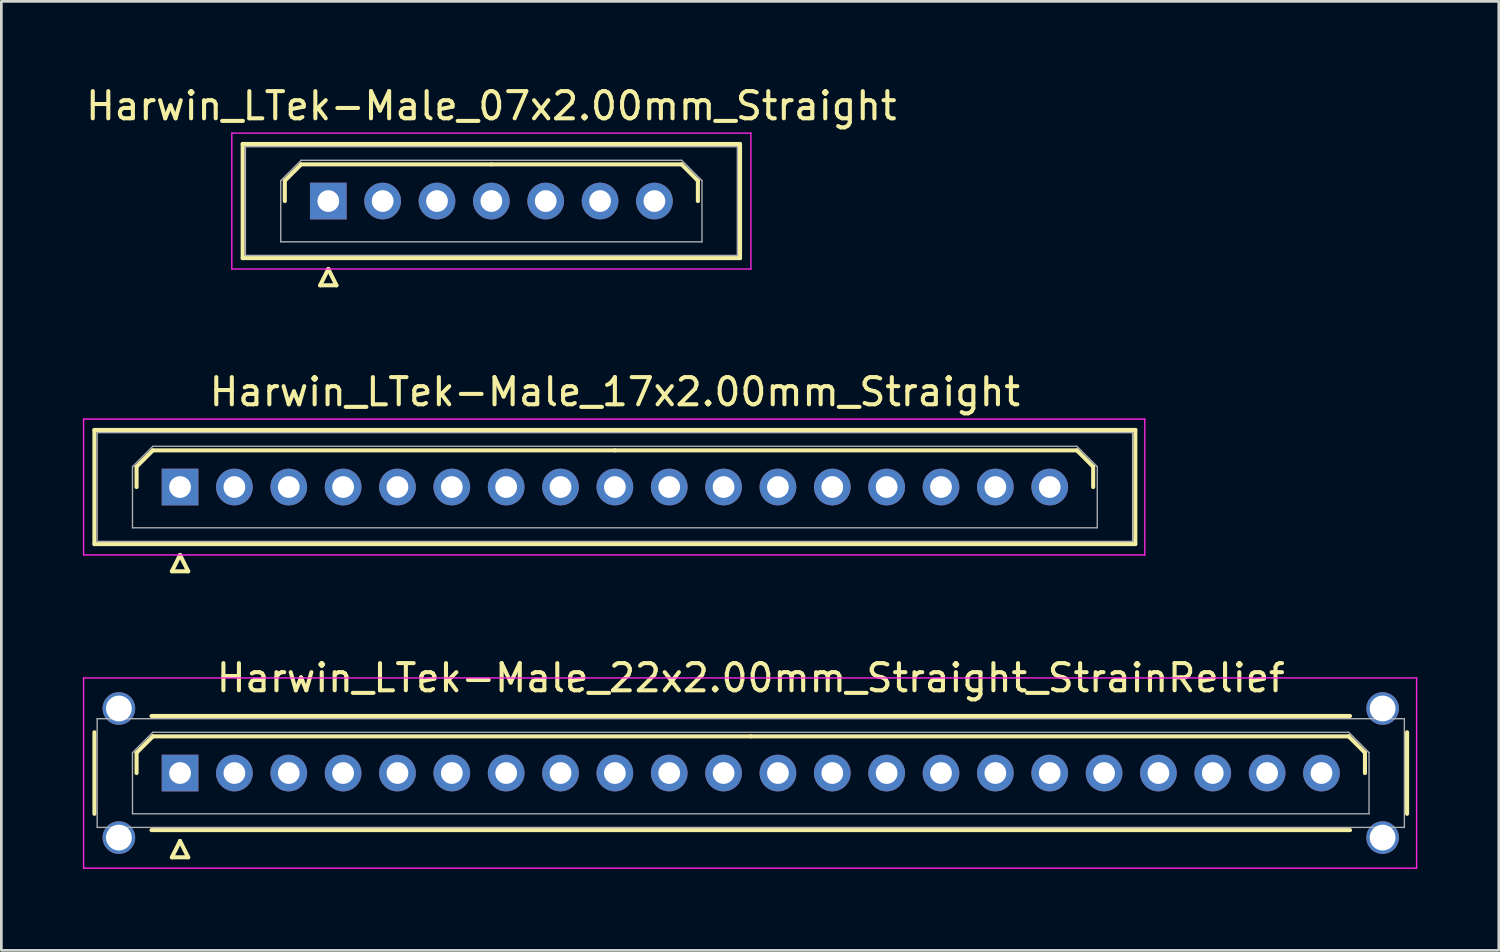
<source format=kicad_pcb>
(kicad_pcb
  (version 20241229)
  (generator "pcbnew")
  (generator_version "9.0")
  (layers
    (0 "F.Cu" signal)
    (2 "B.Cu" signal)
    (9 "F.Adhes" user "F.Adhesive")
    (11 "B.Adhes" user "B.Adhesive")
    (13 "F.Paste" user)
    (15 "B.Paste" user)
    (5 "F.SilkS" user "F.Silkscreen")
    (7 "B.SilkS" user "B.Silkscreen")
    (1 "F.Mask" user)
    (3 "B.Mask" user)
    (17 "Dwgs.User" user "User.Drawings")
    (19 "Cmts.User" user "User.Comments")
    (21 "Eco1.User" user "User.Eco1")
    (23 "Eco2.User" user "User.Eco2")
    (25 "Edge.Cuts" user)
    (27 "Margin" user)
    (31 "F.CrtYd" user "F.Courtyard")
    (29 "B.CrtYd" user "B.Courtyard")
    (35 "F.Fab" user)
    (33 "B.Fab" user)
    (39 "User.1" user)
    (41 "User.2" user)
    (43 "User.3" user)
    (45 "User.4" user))
  (footprint "Harwin_LTek-Male_07x2.00mm_Straight"
    (layer "F.Cu")
    (at 9.03 4.348)
    (property "Reference" "Harwin_LTek-Male_07x2.00mm_Straight" (at 6 -3.5 0) (layer "F.SilkS") (effects (font (size 1 1) (thickness 0.15))))
    (attr through_hole)
    (fp_line (start -3.15 -2.1) (end -3.15 2.1) (stroke (width 0.15) (type solid)) (layer "F.SilkS"))
    (fp_line (start -3.15 2.1) (end 15.15 2.1) (stroke (width 0.15) (type solid)) (layer "F.SilkS"))
    (fp_line (start -1.6 -0.75) (end -1 -1.35) (stroke (width 0.15) (type solid)) (layer "F.SilkS"))
    (fp_line (start -1.6 0) (end -1.6 -0.75) (stroke (width 0.15) (type solid)) (layer "F.SilkS"))
    (fp_line (start -1 -1.35) (end 6 -1.35) (stroke (width 0.15) (type solid)) (layer "F.SilkS"))
    (fp_line (start -0.3 3.1) (end 0.3 3.1) (stroke (width 0.15) (type solid)) (layer "F.SilkS"))
    (fp_line (start 0 2.5) (end -0.3 3.1) (stroke (width 0.15) (type solid)) (layer "F.SilkS"))
    (fp_line (start 0.3 3.1) (end 0 2.5) (stroke (width 0.15) (type solid)) (layer "F.SilkS"))
    (fp_line (start 13 -1.35) (end 6 -1.35) (stroke (width 0.15) (type solid)) (layer "F.SilkS"))
    (fp_line (start 13.6 -0.75) (end 13 -1.35) (stroke (width 0.15) (type solid)) (layer "F.SilkS"))
    (fp_line (start 13.6 0) (end 13.6 -0.75) (stroke (width 0.15) (type solid)) (layer "F.SilkS"))
    (fp_line (start 15.15 -2.1) (end -3.15 -2.1) (stroke (width 0.15) (type solid)) (layer "F.SilkS"))
    (fp_line (start 15.15 2.1) (end 15.15 -2.1) (stroke (width 0.15) (type solid)) (layer "F.SilkS"))
    (fp_line (start -3.55 -2.5) (end -3.55 2.5) (stroke (width 0.05) (type solid)) (layer "F.CrtYd"))
    (fp_line (start -3.55 2.5) (end 15.55 2.5) (stroke (width 0.05) (type solid)) (layer "F.CrtYd"))
    (fp_line (start 15.55 -2.5) (end -3.55 -2.5) (stroke (width 0.05) (type solid)) (layer "F.CrtYd"))
    (fp_line (start 15.55 2.5) (end 15.55 -2.5) (stroke (width 0.05) (type solid)) (layer "F.CrtYd"))
    (fp_line (start -3.05 -2) (end -3.05 2) (stroke (width 0.05) (type solid)) (layer "F.Fab"))
    (fp_line (start -3.05 2) (end 15.05 2) (stroke (width 0.05) (type solid)) (layer "F.Fab"))
    (fp_line (start -1.75 -0.75) (end -1 -1.5) (stroke (width 0.05) (type solid)) (layer "F.Fab"))
    (fp_line (start -1.75 1.5) (end -1.75 -0.75) (stroke (width 0.05) (type solid)) (layer "F.Fab"))
    (fp_line (start -1 -1.5) (end 13 -1.5) (stroke (width 0.05) (type solid)) (layer "F.Fab"))
    (fp_line (start 13 -1.5) (end 13.75 -0.75) (stroke (width 0.05) (type solid)) (layer "F.Fab"))
    (fp_line (start 13.75 -0.75) (end 13.75 1.5) (stroke (width 0.05) (type solid)) (layer "F.Fab"))
    (fp_line (start 13.75 1.5) (end -1.75 1.5) (stroke (width 0.05) (type solid)) (layer "F.Fab"))
    (fp_line (start 15.05 -2) (end -3.05 -2) (stroke (width 0.05) (type solid)) (layer "F.Fab"))
    (fp_line (start 15.05 2) (end 15.05 -2) (stroke (width 0.05) (type solid)) (layer "F.Fab"))
    (pad "1" thru_hole rect (at 0 0) (size 1.35 1.35) (drill 0.8) (layers "*.Cu" "*.Mask"))
    (pad "2" thru_hole circle (at 2 0) (size 1.35 1.35) (drill 0.8) (layers "*.Cu" "*.Mask"))
    (pad "3" thru_hole circle (at 4 0) (size 1.35 1.35) (drill 0.8) (layers "*.Cu" "*.Mask"))
    (pad "4" thru_hole circle (at 6 0) (size 1.35 1.35) (drill 0.8) (layers "*.Cu" "*.Mask"))
    (pad "5" thru_hole circle (at 8 0) (size 1.35 1.35) (drill 0.8) (layers "*.Cu" "*.Mask"))
    (pad "6" thru_hole circle (at 10 0) (size 1.35 1.35) (drill 0.8) (layers "*.Cu" "*.Mask"))
    (pad "7" thru_hole circle (at 12 0) (size 1.35 1.35) (drill 0.8) (layers "*.Cu" "*.Mask")))
  (footprint "Harwin_LTek-Male_22x2.00mm_Straight_StrainRelief"
    (layer "F.Cu")
    (at 3.575 25.395)
    (property "Reference" "Harwin_LTek-Male_22x2.00mm_Straight_StrainRelief" (at 21 -3.5 0) (layer "F.SilkS") (effects (font (size 1 1) (thickness 0.15))))
    (attr through_hole)
    (fp_line (start -3.15 -1.5) (end -3.15 1.5) (stroke (width 0.15) (type solid)) (layer "F.SilkS"))
    (fp_line (start -1.6 -0.75) (end -1 -1.35) (stroke (width 0.15) (type solid)) (layer "F.SilkS"))
    (fp_line (start -1.6 0) (end -1.6 -0.75) (stroke (width 0.15) (type solid)) (layer "F.SilkS"))
    (fp_line (start -1.05 -2.1) (end 43.05 -2.1) (stroke (width 0.15) (type solid)) (layer "F.SilkS"))
    (fp_line (start -1.05 2.1) (end 43.05 2.1) (stroke (width 0.15) (type solid)) (layer "F.SilkS"))
    (fp_line (start -1 -1.35) (end 21 -1.35) (stroke (width 0.15) (type solid)) (layer "F.SilkS"))
    (fp_line (start -0.3 3.1) (end 0.3 3.1) (stroke (width 0.15) (type solid)) (layer "F.SilkS"))
    (fp_line (start 0 2.5) (end -0.3 3.1) (stroke (width 0.15) (type solid)) (layer "F.SilkS"))
    (fp_line (start 0.3 3.1) (end 0 2.5) (stroke (width 0.15) (type solid)) (layer "F.SilkS"))
    (fp_line (start 43 -1.35) (end 21 -1.35) (stroke (width 0.15) (type solid)) (layer "F.SilkS"))
    (fp_line (start 43.6 -0.75) (end 43 -1.35) (stroke (width 0.15) (type solid)) (layer "F.SilkS"))
    (fp_line (start 43.6 0) (end 43.6 -0.75) (stroke (width 0.15) (type solid)) (layer "F.SilkS"))
    (fp_line (start 45.15 -1.5) (end 45.15 1.5) (stroke (width 0.15) (type solid)) (layer "F.SilkS"))
    (fp_line (start -3.55 -3.5) (end -3.55 3.5) (stroke (width 0.05) (type solid)) (layer "F.CrtYd"))
    (fp_line (start -3.55 3.5) (end 45.5 3.5) (stroke (width 0.05) (type solid)) (layer "F.CrtYd"))
    (fp_line (start 45.5 -3.5) (end -3.55 -3.5) (stroke (width 0.05) (type solid)) (layer "F.CrtYd"))
    (fp_line (start 45.5 3.5) (end 45.5 -3.5) (stroke (width 0.05) (type solid)) (layer "F.CrtYd"))
    (fp_line (start -3.05 -2) (end -3.05 2) (stroke (width 0.05) (type solid)) (layer "F.Fab"))
    (fp_line (start -3.05 2) (end 45.05 2) (stroke (width 0.05) (type solid)) (layer "F.Fab"))
    (fp_line (start -1.75 -0.75) (end -1 -1.5) (stroke (width 0.05) (type solid)) (layer "F.Fab"))
    (fp_line (start -1.75 1.5) (end -1.75 -0.75) (stroke (width 0.05) (type solid)) (layer "F.Fab"))
    (fp_line (start -1 -1.5) (end 43 -1.5) (stroke (width 0.05) (type solid)) (layer "F.Fab"))
    (fp_line (start 43 -1.5) (end 43.75 -0.75) (stroke (width 0.05) (type solid)) (layer "F.Fab"))
    (fp_line (start 43.75 -0.75) (end 43.75 1.5) (stroke (width 0.05) (type solid)) (layer "F.Fab"))
    (fp_line (start 43.75 1.5) (end -1.75 1.5) (stroke (width 0.05) (type solid)) (layer "F.Fab"))
    (fp_line (start 45.05 -2) (end -3.05 -2) (stroke (width 0.05) (type solid)) (layer "F.Fab"))
    (fp_line (start 45.05 2) (end 45.05 -2) (stroke (width 0.05) (type solid)) (layer "F.Fab"))
    (pad "" thru_hole circle (at -2.25 -2.375) (size 1.2 1.2) (drill 0.95) (layers "*.Cu" "*.Mask"))
    (pad "" thru_hole circle (at -2.25 2.375) (size 1.2 1.2) (drill 0.95) (layers "*.Cu" "*.Mask"))
    (pad "" thru_hole circle (at 44.25 -2.375) (size 1.2 1.2) (drill 0.95) (layers "*.Cu" "*.Mask"))
    (pad "" thru_hole circle (at 44.25 2.375) (size 1.2 1.2) (drill 0.95) (layers "*.Cu" "*.Mask"))
    (pad "1" thru_hole rect (at 0 0) (size 1.35 1.35) (drill 0.8) (layers "*.Cu" "*.Mask"))
    (pad "2" thru_hole circle (at 2 0) (size 1.35 1.35) (drill 0.8) (layers "*.Cu" "*.Mask"))
    (pad "3" thru_hole circle (at 4 0) (size 1.35 1.35) (drill 0.8) (layers "*.Cu" "*.Mask"))
    (pad "4" thru_hole circle (at 6 0) (size 1.35 1.35) (drill 0.8) (layers "*.Cu" "*.Mask"))
    (pad "5" thru_hole circle (at 8 0) (size 1.35 1.35) (drill 0.8) (layers "*.Cu" "*.Mask"))
    (pad "6" thru_hole circle (at 10 0) (size 1.35 1.35) (drill 0.8) (layers "*.Cu" "*.Mask"))
    (pad "7" thru_hole circle (at 12 0) (size 1.35 1.35) (drill 0.8) (layers "*.Cu" "*.Mask"))
    (pad "8" thru_hole circle (at 14 0) (size 1.35 1.35) (drill 0.8) (layers "*.Cu" "*.Mask"))
    (pad "9" thru_hole circle (at 16 0) (size 1.35 1.35) (drill 0.8) (layers "*.Cu" "*.Mask"))
    (pad "10" thru_hole circle (at 18 0) (size 1.35 1.35) (drill 0.8) (layers "*.Cu" "*.Mask"))
    (pad "11" thru_hole circle (at 20 0) (size 1.35 1.35) (drill 0.8) (layers "*.Cu" "*.Mask"))
    (pad "12" thru_hole circle (at 22 0) (size 1.35 1.35) (drill 0.8) (layers "*.Cu" "*.Mask"))
    (pad "13" thru_hole circle (at 24 0) (size 1.35 1.35) (drill 0.8) (layers "*.Cu" "*.Mask"))
    (pad "14" thru_hole circle (at 26 0) (size 1.35 1.35) (drill 0.8) (layers "*.Cu" "*.Mask"))
    (pad "15" thru_hole circle (at 28 0) (size 1.35 1.35) (drill 0.8) (layers "*.Cu" "*.Mask"))
    (pad "16" thru_hole circle (at 30 0) (size 1.35 1.35) (drill 0.8) (layers "*.Cu" "*.Mask"))
    (pad "17" thru_hole circle (at 32 0) (size 1.35 1.35) (drill 0.8) (layers "*.Cu" "*.Mask"))
    (pad "18" thru_hole circle (at 34 0) (size 1.35 1.35) (drill 0.8) (layers "*.Cu" "*.Mask"))
    (pad "19" thru_hole circle (at 36 0) (size 1.35 1.35) (drill 0.8) (layers "*.Cu" "*.Mask"))
    (pad "20" thru_hole circle (at 38 0) (size 1.35 1.35) (drill 0.8) (layers "*.Cu" "*.Mask"))
    (pad "21" thru_hole circle (at 40 0) (size 1.35 1.35) (drill 0.8) (layers "*.Cu" "*.Mask"))
    (pad "22" thru_hole circle (at 42 0) (size 1.35 1.35) (drill 0.8) (layers "*.Cu" "*.Mask")))
  (footprint "Harwin_LTek-Male_17x2.00mm_Straight"
    (layer "F.Cu")
    (at 3.575 14.871)
    (property "Reference" "Harwin_LTek-Male_17x2.00mm_Straight" (at 16 -3.5 0) (layer "F.SilkS") (effects (font (size 1 1) (thickness 0.15))))
    (attr through_hole)
    (fp_line (start -3.15 -2.1) (end -3.15 2.1) (stroke (width 0.15) (type solid)) (layer "F.SilkS"))
    (fp_line (start -3.15 2.1) (end 35.15 2.1) (stroke (width 0.15) (type solid)) (layer "F.SilkS"))
    (fp_line (start -1.6 -0.75) (end -1 -1.35) (stroke (width 0.15) (type solid)) (layer "F.SilkS"))
    (fp_line (start -1.6 0) (end -1.6 -0.75) (stroke (width 0.15) (type solid)) (layer "F.SilkS"))
    (fp_line (start -1 -1.35) (end 16 -1.35) (stroke (width 0.15) (type solid)) (layer "F.SilkS"))
    (fp_line (start -0.3 3.1) (end 0.3 3.1) (stroke (width 0.15) (type solid)) (layer "F.SilkS"))
    (fp_line (start 0 2.5) (end -0.3 3.1) (stroke (width 0.15) (type solid)) (layer "F.SilkS"))
    (fp_line (start 0.3 3.1) (end 0 2.5) (stroke (width 0.15) (type solid)) (layer "F.SilkS"))
    (fp_line (start 33 -1.35) (end 16 -1.35) (stroke (width 0.15) (type solid)) (layer "F.SilkS"))
    (fp_line (start 33.6 -0.75) (end 33 -1.35) (stroke (width 0.15) (type solid)) (layer "F.SilkS"))
    (fp_line (start 33.6 0) (end 33.6 -0.75) (stroke (width 0.15) (type solid)) (layer "F.SilkS"))
    (fp_line (start 35.15 -2.1) (end -3.15 -2.1) (stroke (width 0.15) (type solid)) (layer "F.SilkS"))
    (fp_line (start 35.15 2.1) (end 35.15 -2.1) (stroke (width 0.15) (type solid)) (layer "F.SilkS"))
    (fp_line (start -3.55 -2.5) (end -3.55 2.5) (stroke (width 0.05) (type solid)) (layer "F.CrtYd"))
    (fp_line (start -3.55 2.5) (end 35.5 2.5) (stroke (width 0.05) (type solid)) (layer "F.CrtYd"))
    (fp_line (start 35.5 -2.5) (end -3.55 -2.5) (stroke (width 0.05) (type solid)) (layer "F.CrtYd"))
    (fp_line (start 35.5 2.5) (end 35.5 -2.5) (stroke (width 0.05) (type solid)) (layer "F.CrtYd"))
    (fp_line (start -3.05 -2) (end -3.05 2) (stroke (width 0.05) (type solid)) (layer "F.Fab"))
    (fp_line (start -3.05 2) (end 35.05 2) (stroke (width 0.05) (type solid)) (layer "F.Fab"))
    (fp_line (start -1.75 -0.75) (end -1 -1.5) (stroke (width 0.05) (type solid)) (layer "F.Fab"))
    (fp_line (start -1.75 1.5) (end -1.75 -0.75) (stroke (width 0.05) (type solid)) (layer "F.Fab"))
    (fp_line (start -1 -1.5) (end 33 -1.5) (stroke (width 0.05) (type solid)) (layer "F.Fab"))
    (fp_line (start 33 -1.5) (end 33.75 -0.75) (stroke (width 0.05) (type solid)) (layer "F.Fab"))
    (fp_line (start 33.75 -0.75) (end 33.75 1.5) (stroke (width 0.05) (type solid)) (layer "F.Fab"))
    (fp_line (start 33.75 1.5) (end -1.75 1.5) (stroke (width 0.05) (type solid)) (layer "F.Fab"))
    (fp_line (start 35.05 -2) (end -3.05 -2) (stroke (width 0.05) (type solid)) (layer "F.Fab"))
    (fp_line (start 35.05 2) (end 35.05 -2) (stroke (width 0.05) (type solid)) (layer "F.Fab"))
    (pad "1" thru_hole rect (at 0 0) (size 1.35 1.35) (drill 0.8) (layers "*.Cu" "*.Mask"))
    (pad "2" thru_hole circle (at 2 0) (size 1.35 1.35) (drill 0.8) (layers "*.Cu" "*.Mask"))
    (pad "3" thru_hole circle (at 4 0) (size 1.35 1.35) (drill 0.8) (layers "*.Cu" "*.Mask"))
    (pad "4" thru_hole circle (at 6 0) (size 1.35 1.35) (drill 0.8) (layers "*.Cu" "*.Mask"))
    (pad "5" thru_hole circle (at 8 0) (size 1.35 1.35) (drill 0.8) (layers "*.Cu" "*.Mask"))
    (pad "6" thru_hole circle (at 10 0) (size 1.35 1.35) (drill 0.8) (layers "*.Cu" "*.Mask"))
    (pad "7" thru_hole circle (at 12 0) (size 1.35 1.35) (drill 0.8) (layers "*.Cu" "*.Mask"))
    (pad "8" thru_hole circle (at 14 0) (size 1.35 1.35) (drill 0.8) (layers "*.Cu" "*.Mask"))
    (pad "9" thru_hole circle (at 16 0) (size 1.35 1.35) (drill 0.8) (layers "*.Cu" "*.Mask"))
    (pad "10" thru_hole circle (at 18 0) (size 1.35 1.35) (drill 0.8) (layers "*.Cu" "*.Mask"))
    (pad "11" thru_hole circle (at 20 0) (size 1.35 1.35) (drill 0.8) (layers "*.Cu" "*.Mask"))
    (pad "12" thru_hole circle (at 22 0) (size 1.35 1.35) (drill 0.8) (layers "*.Cu" "*.Mask"))
    (pad "13" thru_hole circle (at 24 0) (size 1.35 1.35) (drill 0.8) (layers "*.Cu" "*.Mask"))
    (pad "14" thru_hole circle (at 26 0) (size 1.35 1.35) (drill 0.8) (layers "*.Cu" "*.Mask"))
    (pad "15" thru_hole circle (at 28 0) (size 1.35 1.35) (drill 0.8) (layers "*.Cu" "*.Mask"))
    (pad "16" thru_hole circle (at 30 0) (size 1.35 1.35) (drill 0.8) (layers "*.Cu" "*.Mask"))
    (pad "17" thru_hole circle (at 32 0) (size 1.35 1.35) (drill 0.8) (layers "*.Cu" "*.Mask")))
  (gr_rect
    (start -3 -3)
    (end 52.1 31.92)
    (stroke (width 0.1) (type default))
    (fill no)
    (layer "Edge.Cuts")))
</source>
